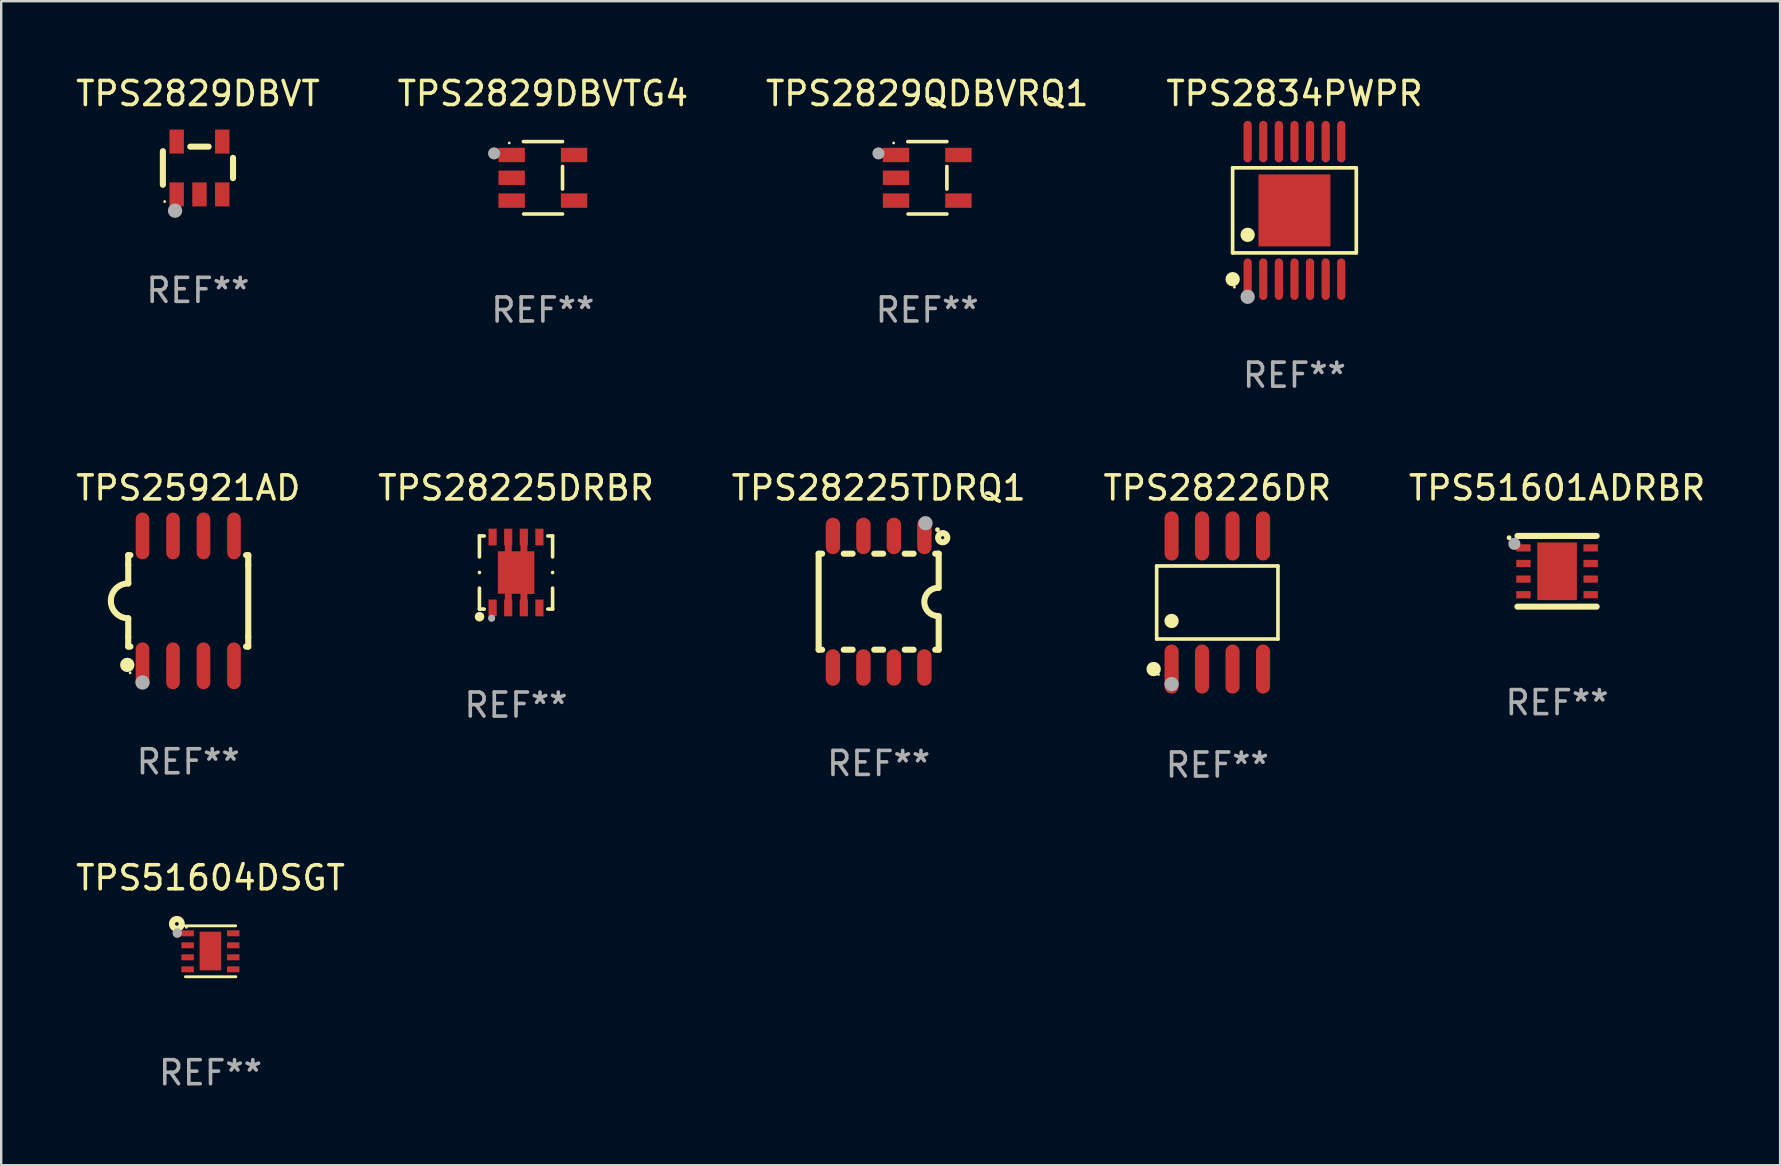
<source format=kicad_pcb>
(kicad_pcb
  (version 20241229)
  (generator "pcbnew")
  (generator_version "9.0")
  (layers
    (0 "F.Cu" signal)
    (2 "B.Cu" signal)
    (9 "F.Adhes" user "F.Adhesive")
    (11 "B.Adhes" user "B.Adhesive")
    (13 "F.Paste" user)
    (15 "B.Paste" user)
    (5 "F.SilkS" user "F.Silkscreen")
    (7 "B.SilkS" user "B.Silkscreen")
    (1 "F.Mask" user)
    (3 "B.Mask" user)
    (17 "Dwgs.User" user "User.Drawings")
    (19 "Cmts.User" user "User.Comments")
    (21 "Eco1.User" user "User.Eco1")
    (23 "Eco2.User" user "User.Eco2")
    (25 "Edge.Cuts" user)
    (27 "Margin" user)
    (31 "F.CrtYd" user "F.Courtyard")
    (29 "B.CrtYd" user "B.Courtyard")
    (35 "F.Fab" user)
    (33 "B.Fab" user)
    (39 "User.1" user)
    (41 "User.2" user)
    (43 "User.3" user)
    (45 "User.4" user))
  (footprint "TPS51604DSGT"
    (layer "F.Cu")
    (at 5.72 36.579)
    (property "Reference" "TPS51604DSGT" (at 0 -3.061 0) (layer "F.SilkS") (effects (font (size 1 1) (thickness 0.15))))
    (attr through_hole)
    (fp_line (start -1.045 1.061) (end 1.055 1.061) (stroke (width 0.12) (type solid)) (layer "F.SilkS"))
    (fp_line (start 1.046 -1.061) (end -1.055 -1.061) (stroke (width 0.12) (type solid)) (layer "F.SilkS"))
    (fp_circle (center -1.402 -1.142) (end -1.325 -1.142) (stroke (width 0.254) (type solid)) (fill no) (layer "F.SilkS"))
    (fp_circle (center -1.005 -0.999) (end -0.975 -0.999) (stroke (width 0.06) (type solid)) (fill no) (layer "F.SilkS"))
    (fp_circle (center -1.384 -0.759) (end -1.284 -0.759) (stroke (width 0.2) (type solid)) (fill no) (layer "F.Fab"))
    (fp_text user "REF**" (at 0 5.061 0) (layer "F.Fab") (effects (font (size 1 1) (thickness 0.15))))
    (pad "1" smd rect (at -0.954 -0.749) (size 0.521 0.25) (layers "F.Cu" "F.Mask" "F.Paste"))
    (pad "2" smd rect (at -0.954 -0.249) (size 0.521 0.25) (layers "F.Cu" "F.Mask" "F.Paste"))
    (pad "3" smd rect (at -0.954 0.251) (size 0.521 0.25) (layers "F.Cu" "F.Mask" "F.Paste"))
    (pad "4" smd rect (at -0.954 0.751) (size 0.521 0.25) (layers "F.Cu" "F.Mask" "F.Paste"))
    (pad "5" smd rect (at 0.945 0.751) (size 0.521 0.25) (layers "F.Cu" "F.Mask" "F.Paste"))
    (pad "6" smd rect (at 0.945 0.251) (size 0.521 0.25) (layers "F.Cu" "F.Mask" "F.Paste"))
    (pad "7" smd rect (at 0.945 -0.249) (size 0.521 0.25) (layers "F.Cu" "F.Mask" "F.Paste"))
    (pad "8" smd rect (at 0.945 -0.749) (size 0.521 0.25) (layers "F.Cu" "F.Mask" "F.Paste"))
    (pad "9" smd rect (at -0.005 -0.011) (size 0.902 1.613) (layers "F.Cu" "F.Mask" "F.Paste")))
  (footprint "TPS28226DR"
    (layer "F.Cu")
    (at 47.661 22.049)
    (property "Reference" "TPS28226DR" (at 0 -4.772 0) (layer "F.SilkS") (effects (font (size 1 1) (thickness 0.15))))
    (attr through_hole)
    (fp_line (start -2.526 -1.521) (end 2.526 -1.521) (stroke (width 0.152) (type solid)) (layer "F.SilkS"))
    (fp_line (start -2.526 1.521) (end -2.526 -1.521) (stroke (width 0.152) (type solid)) (layer "F.SilkS"))
    (fp_line (start 2.526 -1.521) (end 2.526 1.521) (stroke (width 0.152) (type solid)) (layer "F.SilkS"))
    (fp_line (start 2.526 1.521) (end -2.526 1.521) (stroke (width 0.152) (type solid)) (layer "F.SilkS"))
    (fp_circle (center -2.652 2.772) (end -2.501 2.772) (stroke (width 0.3) (type solid)) (fill no) (layer "F.SilkS"))
    (fp_circle (center -2.45 3) (end -2.42 3) (stroke (width 0.06) (type solid)) (fill no) (layer "F.SilkS"))
    (fp_circle (center -1.905 0.769) (end -1.755 0.769) (stroke (width 0.3) (type solid)) (fill no) (layer "F.SilkS"))
    (fp_circle (center -1.905 3.4) (end -1.755 3.4) (stroke (width 0.3) (type solid)) (fill no) (layer "F.Fab"))
    (fp_text user "REF**" (at 0 6.772 0) (layer "F.Fab") (effects (font (size 1 1) (thickness 0.15))))
    (pad "1" smd oval (at -1.905 2.772) (size 0.588 2.045) (layers "F.Cu" "F.Mask" "F.Paste"))
    (pad "2" smd oval (at -0.635 2.772) (size 0.588 2.045) (layers "F.Cu" "F.Mask" "F.Paste"))
    (pad "3" smd oval (at 0.635 2.772) (size 0.588 2.045) (layers "F.Cu" "F.Mask" "F.Paste"))
    (pad "4" smd oval (at 1.905 2.772) (size 0.588 2.045) (layers "F.Cu" "F.Mask" "F.Paste"))
    (pad "5" smd oval (at 1.905 -2.772) (size 0.588 2.045) (layers "F.Cu" "F.Mask" "F.Paste"))
    (pad "6" smd oval (at 0.635 -2.772) (size 0.588 2.045) (layers "F.Cu" "F.Mask" "F.Paste"))
    (pad "7" smd oval (at -0.635 -2.772) (size 0.588 2.045) (layers "F.Cu" "F.Mask" "F.Paste"))
    (pad "8" smd oval (at -1.905 -2.772) (size 0.588 2.045) (layers "F.Cu" "F.Mask" "F.Paste")))
  (footprint "TPS2829QDBVRQ1"
    (layer "F.Cu")
    (at 35.577 4.357)
    (property "Reference" "TPS2829QDBVRQ1" (at 0 -3.509 0) (layer "F.SilkS") (effects (font (size 1 1) (thickness 0.15))))
    (attr through_hole)
    (fp_line (start -0.811 -1.509) (end 0.819 -1.509) (stroke (width 0.15) (type solid)) (layer "F.SilkS"))
    (fp_line (start -0.8 1.509) (end 0.82 1.509) (stroke (width 0.15) (type solid)) (layer "F.SilkS"))
    (fp_line (start 0.819 -0.472) (end 0.819 0.47) (stroke (width 0.15) (type solid)) (layer "F.SilkS"))
    (fp_circle (center -1.4 -1.451) (end -1.37 -1.451) (stroke (width 0.06) (type solid)) (fill no) (layer "F.SilkS"))
    (fp_circle (center -2.032 -1.017) (end -1.905 -1.017) (stroke (width 0.254) (type solid)) (fill no) (layer "F.Fab"))
    (fp_text user "REF**" (at 0 5.509 0) (layer "F.Fab") (effects (font (size 1 1) (thickness 0.15))))
    (pad "1" smd rect (at -1.3 -0.951) (size 1.1 0.6) (layers "F.Cu" "F.Mask" "F.Paste"))
    (pad "2" smd rect (at -1.3 -0.001) (size 1.1 0.6) (layers "F.Cu" "F.Mask" "F.Paste"))
    (pad "3" smd rect (at -1.3 0.949) (size 1.1 0.6) (layers "F.Cu" "F.Mask" "F.Paste"))
    (pad "4" smd rect (at 1.3 0.949) (size 1.1 0.6) (layers "F.Cu" "F.Mask" "F.Paste"))
    (pad "5" smd rect (at 1.3 -0.951) (size 1.1 0.6) (layers "F.Cu" "F.Mask" "F.Paste")))
  (footprint "TPS25921AD"
    (layer "F.Cu")
    (at 4.792 21.981)
    (property "Reference" "TPS25921AD" (at 0 -4.705 0) (layer "F.SilkS") (effects (font (size 1 1) (thickness 0.15))))
    (attr through_hole)
    (fp_line (start -2.5 -1.905) (end -2.409 -1.905) (stroke (width 0.254) (type solid)) (layer "F.SilkS"))
    (fp_line (start -2.5 -1.5) (end -2.5 -1.905) (stroke (width 0.254) (type solid)) (layer "F.SilkS"))
    (fp_line (start -2.5 -1.5) (end -2.5 -0.726) (stroke (width 0.254) (type solid)) (layer "F.SilkS"))
    (fp_line (start -2.5 1.5) (end -2.5 0.727) (stroke (width 0.254) (type solid)) (layer "F.SilkS"))
    (fp_line (start -2.5 1.5) (end -2.5 1.905) (stroke (width 0.254) (type solid)) (layer "F.SilkS"))
    (fp_line (start -2.5 1.905) (end -2.409 1.905) (stroke (width 0.254) (type solid)) (layer "F.SilkS"))
    (fp_line (start 2.5 -1.905) (end 2.409 -1.905) (stroke (width 0.254) (type solid)) (layer "F.SilkS"))
    (fp_line (start 2.5 -1.5) (end 2.5 -1.905) (stroke (width 0.254) (type solid)) (layer "F.SilkS"))
    (fp_line (start 2.5 -1.5) (end 2.5 1.5) (stroke (width 0.254) (type solid)) (layer "F.SilkS"))
    (fp_line (start 2.5 1.5) (end 2.5 1.905) (stroke (width 0.254) (type solid)) (layer "F.SilkS"))
    (fp_line (start 2.5 1.905) (end 2.409 1.905) (stroke (width 0.254) (type solid)) (layer "F.SilkS"))
    (fp_arc (start -2.5 0.726568) (mid -3.220316 -0.0023) (end -2.495097 -0.726289) (stroke (width 0.254001) (type solid)) (layer "F.SilkS"))
    (fp_circle (center -2.54 2.667) (end -2.39 2.667) (stroke (width 0.3) (type solid)) (fill no) (layer "F.SilkS"))
    (fp_circle (center -2.42 3) (end -2.39 3) (stroke (width 0.06) (type solid)) (fill no) (layer "F.SilkS"))
    (fp_circle (center -1.905 3.4) (end -1.755 3.4) (stroke (width 0.3) (type solid)) (fill no) (layer "F.Fab"))
    (fp_text user "REF**" (at 0 6.705 0) (layer "F.Fab") (effects (font (size 1 1) (thickness 0.15))))
    (pad "1" smd oval (at -1.905 2.705) (size 0.568 1.95) (layers "F.Cu" "F.Mask" "F.Paste"))
    (pad "2" smd oval (at -0.635 2.705) (size 0.568 1.95) (layers "F.Cu" "F.Mask" "F.Paste"))
    (pad "3" smd oval (at 0.635 2.705) (size 0.568 1.95) (layers "F.Cu" "F.Mask" "F.Paste"))
    (pad "4" smd oval (at 1.905 2.705) (size 0.568 1.95) (layers "F.Cu" "F.Mask" "F.Paste"))
    (pad "5" smd oval (at 1.905 -2.705) (size 0.568 1.95) (layers "F.Cu" "F.Mask" "F.Paste"))
    (pad "6" smd oval (at 0.635 -2.705) (size 0.568 1.95) (layers "F.Cu" "F.Mask" "F.Paste"))
    (pad "7" smd oval (at -0.635 -2.705) (size 0.568 1.95) (layers "F.Cu" "F.Mask" "F.Paste"))
    (pad "8" smd oval (at -1.905 -2.705) (size 0.568 1.95) (layers "F.Cu" "F.Mask" "F.Paste")))
  (footprint "TPS51601ADRBR"
    (layer "F.Cu")
    (at 61.815 20.749)
    (property "Reference" "TPS51601ADRBR" (at 0 -3.473 0) (layer "F.SilkS") (effects (font (size 1 1) (thickness 0.15))))
    (attr through_hole)
    (fp_line (start -1.649 -1.473) (end 1.651 -1.473) (stroke (width 0.254) (type solid)) (layer "F.SilkS"))
    (fp_line (start 1.649 1.473) (end -1.651 1.473) (stroke (width 0.254) (type solid)) (layer "F.SilkS"))
    (fp_arc (start -1.998984 -1.397003) (mid -1.998992 -1.398273) (end -1.998984 -1.399543) (stroke (width 0.2) (type solid)) (layer "F.SilkS"))
    (fp_circle (center -1.5 -1.5) (end -1.47 -1.5) (stroke (width 0.06) (type solid)) (fill no) (layer "F.SilkS"))
    (fp_circle (center -1.778 -1.143) (end -1.651 -1.143) (stroke (width 0.254) (type solid)) (fill no) (layer "F.Fab"))
    (fp_text user "REF**" (at 0 5.473 0) (layer "F.Fab") (effects (font (size 1 1) (thickness 0.15))))
    (pad "1" smd rect (at -1.4 -0.975 270) (size 0.3 0.6) (layers "F.Cu" "F.Mask" "F.Paste"))
    (pad "2" smd rect (at -1.4 -0.325 270) (size 0.3 0.6) (layers "F.Cu" "F.Mask" "F.Paste"))
    (pad "3" smd rect (at -1.4 0.325 270) (size 0.3 0.6) (layers "F.Cu" "F.Mask" "F.Paste"))
    (pad "4" smd rect (at -1.4 0.975 270) (size 0.3 0.6) (layers "F.Cu" "F.Mask" "F.Paste"))
    (pad "5" smd rect (at 1.4 0.975 90) (size 0.3 0.6) (layers "F.Cu" "F.Mask" "F.Paste"))
    (pad "6" smd rect (at 1.4 0.325 90) (size 0.3 0.6) (layers "F.Cu" "F.Mask" "F.Paste"))
    (pad "7" smd rect (at 1.4 -0.325 90) (size 0.3 0.6) (layers "F.Cu" "F.Mask" "F.Paste"))
    (pad "8" smd rect (at 1.4 -0.975 90) (size 0.3 0.6) (layers "F.Cu" "F.Mask" "F.Paste"))
    (pad "9" smd rect (at 0 0 270) (size 2.4 1.65) (layers "F.Cu" "F.Mask" "F.Paste")))
  (footprint "TPS28225DRBR"
    (layer "F.Cu")
    (at 18.446 20.8)
    (property "Reference" "TPS28225DRBR" (at 0 -3.524 0) (layer "F.SilkS") (effects (font (size 1 1) (thickness 0.15))))
    (attr through_hole)
    (fp_line (start -1.524 -1.524) (end -1.524 -0.649) (stroke (width 0.15) (type solid)) (layer "F.SilkS"))
    (fp_line (start -1.524 -0.001) (end -1.524 0.001) (stroke (width 0.15) (type solid)) (layer "F.SilkS"))
    (fp_line (start -1.524 0.649) (end -1.524 1.524) (stroke (width 0.15) (type solid)) (layer "F.SilkS"))
    (fp_line (start -1.524 1.524) (end -1.325 1.524) (stroke (width 0.15) (type solid)) (layer "F.SilkS"))
    (fp_line (start -1.325 -1.524) (end -1.524 -1.524) (stroke (width 0.15) (type solid)) (layer "F.SilkS"))
    (fp_line (start 1.325 1.524) (end 1.524 1.524) (stroke (width 0.15) (type solid)) (layer "F.SilkS"))
    (fp_line (start 1.524 -1.524) (end 1.325 -1.524) (stroke (width 0.15) (type solid)) (layer "F.SilkS"))
    (fp_line (start 1.524 -0.649) (end 1.524 -1.524) (stroke (width 0.15) (type solid)) (layer "F.SilkS"))
    (fp_line (start 1.524 0.001) (end 1.524 -0.001) (stroke (width 0.15) (type solid)) (layer "F.SilkS"))
    (fp_line (start 1.524 1.524) (end 1.524 0.649) (stroke (width 0.15) (type solid)) (layer "F.SilkS"))
    (fp_circle (center -1.52 1.84) (end -1.42 1.84) (stroke (width 0.2) (type solid)) (fill no) (layer "F.SilkS"))
    (fp_circle (center -1.5 1.526) (end -1.47 1.526) (stroke (width 0.06) (type solid)) (fill no) (layer "F.SilkS"))
    (fp_circle (center -1.016 1.905) (end -0.941 1.905) (stroke (width 0.15) (type solid)) (fill no) (layer "F.Fab"))
    (fp_text user "REF**" (at 0 5.524 0) (layer "F.Fab") (effects (font (size 1 1) (thickness 0.15))))
    (pad "1" smd rect (at -0.975 1.476) (size 0.34 0.7) (layers "F.Cu" "F.Mask" "F.Paste"))
    (pad "2" smd rect (at -0.325 1.476) (size 0.34 0.7) (layers "F.Cu" "F.Mask" "F.Paste"))
    (pad "3" smd rect (at 0.325 1.476) (size 0.34 0.7) (layers "F.Cu" "F.Mask" "F.Paste"))
    (pad "4" smd rect (at 0.975 1.476) (size 0.34 0.7) (layers "F.Cu" "F.Mask" "F.Paste"))
    (pad "5" smd rect (at 0.975 -1.476 180) (size 0.34 0.7) (layers "F.Cu" "F.Mask" "F.Paste"))
    (pad "6" smd rect (at 0.325 -1.476 180) (size 0.34 0.7) (layers "F.Cu" "F.Mask" "F.Paste"))
    (pad "7" smd rect (at -0.325 -1.476 180) (size 0.34 0.7) (layers "F.Cu" "F.Mask" "F.Paste"))
    (pad "8" smd rect (at -0.975 -1.476 180) (size 0.34 0.7) (layers "F.Cu" "F.Mask" "F.Paste"))
    (pad "9" smd custom (at 0.005 0 90) (size 1.52 3.42) (layers "F.Cu" "F.Mask" "F.Paste") (options (anchor circle)) (primitives (gr_poly (pts (xy -0.895 0.76) (xy -0.895 0.47) (xy -1.715 0.47) (xy -1.715 0.18) (xy -0.885 0.18) (xy -0.885 -0.18) (xy -1.715 -0.18) (xy -1.715 -0.47) (xy -0.885 -0.47) (xy -0.885 -0.76) (xy 0.885 -0.76) (xy 0.885 -0.47) (xy 1.705 -0.47) (xy 1.705 -0.18) (xy 0.885 -0.18) (xy 0.885 0.18) (xy 1.705 0.18) (xy 1.705 0.47) (xy 0.885 0.47) (xy 0.885 0.76) (xy -0.895 0.76) (xy -0.895 0.76)) (width 0) (fill yes)))))
  (footprint "TPS2834PWPR"
    (layer "F.Cu")
    (at 50.875 5.714)
    (property "Reference" "TPS2834PWPR" (at 0 -4.866 0) (layer "F.SilkS") (effects (font (size 1 1) (thickness 0.15))))
    (attr through_hole)
    (fp_line (start -2.576 -1.772) (end 2.576 -1.772) (stroke (width 0.152) (type solid)) (layer "F.SilkS"))
    (fp_line (start -2.576 1.771) (end -2.576 -1.772) (stroke (width 0.152) (type solid)) (layer "F.SilkS"))
    (fp_line (start 2.576 -1.772) (end 2.576 1.771) (stroke (width 0.152) (type solid)) (layer "F.SilkS"))
    (fp_line (start 2.576 1.771) (end -2.576 1.771) (stroke (width 0.152) (type solid)) (layer "F.SilkS"))
    (fp_circle (center -2.574 2.866) (end -2.424 2.866) (stroke (width 0.3) (type solid)) (fill no) (layer "F.SilkS"))
    (fp_circle (center -2.5 3.2) (end -2.47 3.2) (stroke (width 0.06) (type solid)) (fill no) (layer "F.SilkS"))
    (fp_circle (center -1.95 1.019) (end -1.8 1.019) (stroke (width 0.3) (type solid)) (fill no) (layer "F.SilkS"))
    (fp_circle (center -1.95 3.6) (end -1.8 3.6) (stroke (width 0.3) (type solid)) (fill no) (layer "F.Fab"))
    (fp_text user "REF**" (at 0 6.866 0) (layer "F.Fab") (effects (font (size 1 1) (thickness 0.15))))
    (pad "1" smd oval (at -1.95 2.866) (size 0.343 1.731) (layers "F.Cu" "F.Mask" "F.Paste"))
    (pad "2" smd oval (at -1.3 2.866) (size 0.343 1.731) (layers "F.Cu" "F.Mask" "F.Paste"))
    (pad "3" smd oval (at -0.65 2.866) (size 0.343 1.731) (layers "F.Cu" "F.Mask" "F.Paste"))
    (pad "4" smd oval (at 0 2.866) (size 0.343 1.731) (layers "F.Cu" "F.Mask" "F.Paste"))
    (pad "5" smd oval (at 0.65 2.866) (size 0.343 1.731) (layers "F.Cu" "F.Mask" "F.Paste"))
    (pad "6" smd oval (at 1.3 2.866) (size 0.343 1.731) (layers "F.Cu" "F.Mask" "F.Paste"))
    (pad "7" smd oval (at 1.95 2.866) (size 0.343 1.731) (layers "F.Cu" "F.Mask" "F.Paste"))
    (pad "8" smd oval (at 1.95 -2.866) (size 0.343 1.731) (layers "F.Cu" "F.Mask" "F.Paste"))
    (pad "9" smd oval (at 1.3 -2.866) (size 0.343 1.731) (layers "F.Cu" "F.Mask" "F.Paste"))
    (pad "10" smd oval (at 0.65 -2.866) (size 0.343 1.731) (layers "F.Cu" "F.Mask" "F.Paste"))
    (pad "11" smd oval (at 0 -2.866) (size 0.343 1.731) (layers "F.Cu" "F.Mask" "F.Paste"))
    (pad "12" smd oval (at -0.65 -2.866) (size 0.343 1.731) (layers "F.Cu" "F.Mask" "F.Paste"))
    (pad "13" smd oval (at -1.3 -2.866) (size 0.343 1.731) (layers "F.Cu" "F.Mask" "F.Paste"))
    (pad "14" smd oval (at -1.95 -2.866) (size 0.343 1.731) (layers "F.Cu" "F.Mask" "F.Paste"))
    (pad "15" smd rect (at 0 -0.000127) (size 3 3) (layers "F.Cu" "F.Mask" "F.Paste")))
  (footprint "TPS2829DBVTG4"
    (layer "F.Cu")
    (at 19.565 4.357)
    (property "Reference" "TPS2829DBVTG4" (at 0 -3.509 0) (layer "F.SilkS") (effects (font (size 1 1) (thickness 0.15))))
    (attr through_hole)
    (fp_line (start -0.811 -1.509) (end 0.819 -1.509) (stroke (width 0.15) (type solid)) (layer "F.SilkS"))
    (fp_line (start -0.8 1.509) (end 0.82 1.509) (stroke (width 0.15) (type solid)) (layer "F.SilkS"))
    (fp_line (start 0.819 -0.472) (end 0.819 0.47) (stroke (width 0.15) (type solid)) (layer "F.SilkS"))
    (fp_circle (center -1.4 -1.451) (end -1.37 -1.451) (stroke (width 0.06) (type solid)) (fill no) (layer "F.SilkS"))
    (fp_circle (center -2.032 -1.017) (end -1.905 -1.017) (stroke (width 0.254) (type solid)) (fill no) (layer "F.Fab"))
    (fp_text user "REF**" (at 0 5.509 0) (layer "F.Fab") (effects (font (size 1 1) (thickness 0.15))))
    (pad "1" smd rect (at -1.3 -0.951) (size 1.1 0.6) (layers "F.Cu" "F.Mask" "F.Paste"))
    (pad "2" smd rect (at -1.3 -0.001) (size 1.1 0.6) (layers "F.Cu" "F.Mask" "F.Paste"))
    (pad "3" smd rect (at -1.3 0.949) (size 1.1 0.6) (layers "F.Cu" "F.Mask" "F.Paste"))
    (pad "4" smd rect (at 1.3 0.949) (size 1.1 0.6) (layers "F.Cu" "F.Mask" "F.Paste"))
    (pad "5" smd rect (at 1.3 -0.951) (size 1.1 0.6) (layers "F.Cu" "F.Mask" "F.Paste")))
  (footprint "TPS2829DBVT"
    (layer "F.Cu")
    (at 5.196 3.948)
    (property "Reference" "TPS2829DBVT" (at 0 -3.1 0) (layer "F.SilkS") (effects (font (size 1 1) (thickness 0.15))))
    (attr through_hole)
    (fp_line (start -1.461 -0.699) (end -1.461 0.699) (stroke (width 0.254) (type solid)) (layer "F.SilkS"))
    (fp_line (start -0.318 -0.889) (end 0.445 -0.889) (stroke (width 0.254) (type solid)) (layer "F.SilkS"))
    (fp_line (start 1.461 -0.422) (end 1.461 0.422) (stroke (width 0.254) (type solid)) (layer "F.SilkS"))
    (fp_circle (center -1.387 1.4) (end -1.357 1.4) (stroke (width 0.06) (type solid)) (fill no) (layer "F.SilkS"))
    (fp_circle (center -0.953 1.778) (end -0.802 1.778) (stroke (width 0.3) (type solid)) (fill no) (layer "F.Fab"))
    (fp_text user "REF**" (at 0 5.1 0) (layer "F.Fab") (effects (font (size 1 1) (thickness 0.15))))
    (pad "1" smd rect (at -0.886 1.1) (size 0.6 1) (layers "F.Cu" "F.Mask" "F.Paste"))
    (pad "2" smd rect (at 0.064 1.1) (size 0.6 1) (layers "F.Cu" "F.Mask" "F.Paste"))
    (pad "3" smd rect (at 1.013 1.1) (size 0.6 1) (layers "F.Cu" "F.Mask" "F.Paste"))
    (pad "4" smd rect (at 1.013 -1.1) (size 0.6 1) (layers "F.Cu" "F.Mask" "F.Paste"))
    (pad "5" smd rect (at -0.886 -1.1) (size 0.6 1) (layers "F.Cu" "F.Mask" "F.Paste")))
  (footprint "TPS28225TDRQ1"
    (layer "F.Cu")
    (at 33.554 22.016)
    (property "Reference" "TPS28225TDRQ1" (at 0 -4.74 0) (layer "F.SilkS") (effects (font (size 1 1) (thickness 0.15))))
    (attr through_hole)
    (fp_line (start -2.5 2) (end -2.5 -2) (stroke (width 0.254) (type solid)) (layer "F.SilkS"))
    (fp_line (start -2.356 -2) (end -2.5 -2) (stroke (width 0.254) (type solid)) (layer "F.SilkS"))
    (fp_line (start -2.356 2) (end -2.5 2) (stroke (width 0.254) (type solid)) (layer "F.SilkS"))
    (fp_line (start -1.086 -2) (end -1.454 -2) (stroke (width 0.254) (type solid)) (layer "F.SilkS"))
    (fp_line (start -1.086 2) (end -1.454 2) (stroke (width 0.254) (type solid)) (layer "F.SilkS"))
    (fp_line (start 0.184 -2) (end -0.184 -2) (stroke (width 0.254) (type solid)) (layer "F.SilkS"))
    (fp_line (start 0.184 2) (end -0.184 2) (stroke (width 0.254) (type solid)) (layer "F.SilkS"))
    (fp_line (start 1.454 -2) (end 1.086 -2) (stroke (width 0.254) (type solid)) (layer "F.SilkS"))
    (fp_line (start 1.454 2) (end 1.086 2) (stroke (width 0.254) (type solid)) (layer "F.SilkS"))
    (fp_line (start 2.5 -2) (end 2.356 -2) (stroke (width 0.254) (type solid)) (layer "F.SilkS"))
    (fp_line (start 2.5 -0.58) (end 2.5 -2) (stroke (width 0.254) (type solid)) (layer "F.SilkS"))
    (fp_line (start 2.5 2) (end 2.356 2) (stroke (width 0.254) (type solid)) (layer "F.SilkS"))
    (fp_line (start 2.5 2) (end 2.5 0.6) (stroke (width 0.254) (type solid)) (layer "F.SilkS"))
    (fp_arc (start 2.489992 0.600051) (mid 1.901674 0.010046) (end 2.489992 -0.579959) (stroke (width 0.254001) (type solid)) (layer "F.SilkS"))
    (fp_circle (center 2.45 -3) (end 2.5 -3) (stroke (width 0.1) (type solid)) (fill no) (layer "F.SilkS"))
    (fp_circle (center 2.667 -2.667) (end 2.858 -2.667) (stroke (width 0.254) (type solid)) (fill no) (layer "F.SilkS"))
    (fp_circle (center 1.95 -3.27) (end 2.1 -3.27) (stroke (width 0.3) (type solid)) (fill no) (layer "F.Fab"))
    (fp_text user "REF**" (at 0 6.74 0) (layer "F.Fab") (effects (font (size 1 1) (thickness 0.15))))
    (pad "1" smd oval (at 1.905 -2.74) (size 0.6 1.52) (layers "F.Cu" "F.Mask" "F.Paste"))
    (pad "2" smd oval (at 0.635 -2.74) (size 0.6 1.52) (layers "F.Cu" "F.Mask" "F.Paste"))
    (pad "3" smd oval (at -0.635 -2.74) (size 0.6 1.52) (layers "F.Cu" "F.Mask" "F.Paste"))
    (pad "4" smd oval (at -1.905 -2.74) (size 0.6 1.52) (layers "F.Cu" "F.Mask" "F.Paste"))
    (pad "5" smd oval (at -1.905 2.74) (size 0.6 1.52) (layers "F.Cu" "F.Mask" "F.Paste"))
    (pad "6" smd oval (at -0.635 2.74) (size 0.6 1.52) (layers "F.Cu" "F.Mask" "F.Paste"))
    (pad "7" smd oval (at 0.635 2.74) (size 0.6 1.52) (layers "F.Cu" "F.Mask" "F.Paste"))
    (pad "8" smd oval (at 1.905 2.74) (size 0.6 1.52) (layers "F.Cu" "F.Mask" "F.Paste")))
  (gr_rect
    (start -3 -3)
    (end 71.107 45.489)
    (stroke (width 0.1) (type default))
    (fill no)
    (layer "Edge.Cuts")))
</source>
